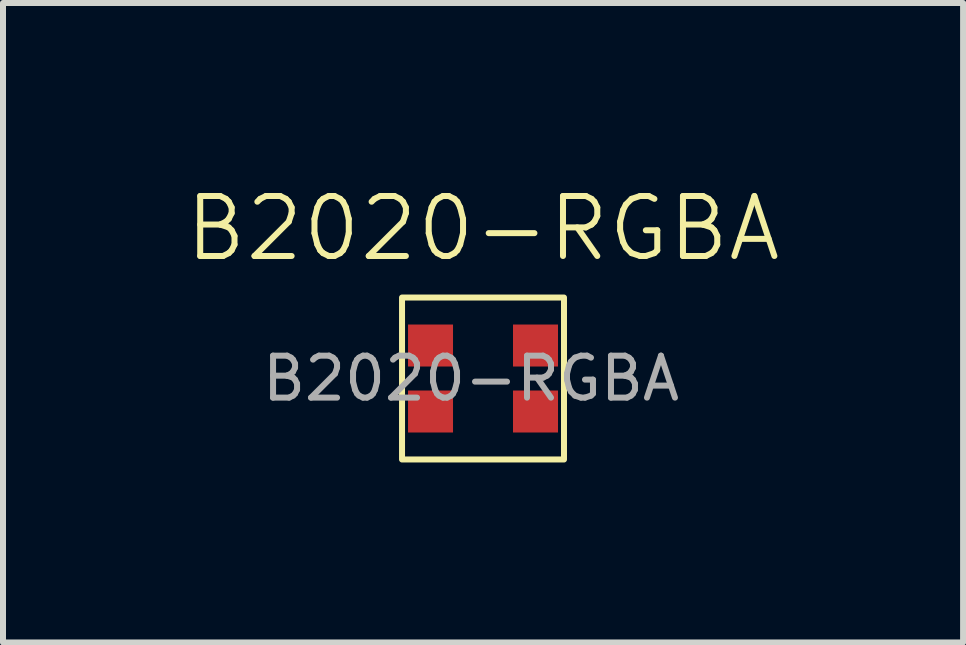
<source format=kicad_pcb>
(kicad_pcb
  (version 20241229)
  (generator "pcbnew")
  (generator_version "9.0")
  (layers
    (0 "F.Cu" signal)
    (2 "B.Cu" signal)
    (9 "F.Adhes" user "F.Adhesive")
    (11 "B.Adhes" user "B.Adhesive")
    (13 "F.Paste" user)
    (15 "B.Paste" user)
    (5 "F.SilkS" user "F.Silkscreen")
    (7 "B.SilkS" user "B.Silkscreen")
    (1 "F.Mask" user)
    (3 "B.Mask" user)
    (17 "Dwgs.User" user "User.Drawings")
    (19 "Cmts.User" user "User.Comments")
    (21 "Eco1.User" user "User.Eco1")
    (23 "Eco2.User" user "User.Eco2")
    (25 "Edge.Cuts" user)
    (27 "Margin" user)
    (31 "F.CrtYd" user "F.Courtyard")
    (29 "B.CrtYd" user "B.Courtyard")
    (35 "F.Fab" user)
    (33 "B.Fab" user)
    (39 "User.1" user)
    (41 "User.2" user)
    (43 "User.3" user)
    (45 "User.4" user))
  (footprint "B2020-RGBA"
    (layer "F.Cu")
    (at 5.002 3.26)
    (property "Reference" "B2020-RGBA" (at 0 -2.5 0) (unlocked yes) (layer "F.SilkS") (effects (font (size 1 1) (thickness 0.1))))
    (attr smd)
    (fp_rect (start -1.35 -1.35) (end 1.35 1.35) (stroke (width 0.1) (type default)) (fill no) (layer "F.SilkS"))
    (fp_text user "${REFERENCE}" (at -0.2 0 0) (unlocked yes) (layer "F.Fab") (effects (font (size 0.7 0.7) (thickness 0.1))))
    (pad "1" smd rect (at -0.875 -0.55) (size 0.75 0.7) (layers "F.Cu" "F.Mask" "F.Paste"))
    (pad "2" smd rect (at 0.875 -0.55) (size 0.75 0.7) (layers "F.Cu" "F.Mask" "F.Paste"))
    (pad "3" smd rect (at 0.875 0.55) (size 0.75 0.7) (layers "F.Cu" "F.Mask" "F.Paste"))
    (pad "4" smd rect (at -0.875 0.55) (size 0.75 0.7) (layers "F.Cu" "F.Mask" "F.Paste")))
  (gr_rect
    (start -3 -3)
    (end 13.005 7.66)
    (stroke (width 0.1) (type default))
    (fill no)
    (layer "Edge.Cuts")))
</source>
